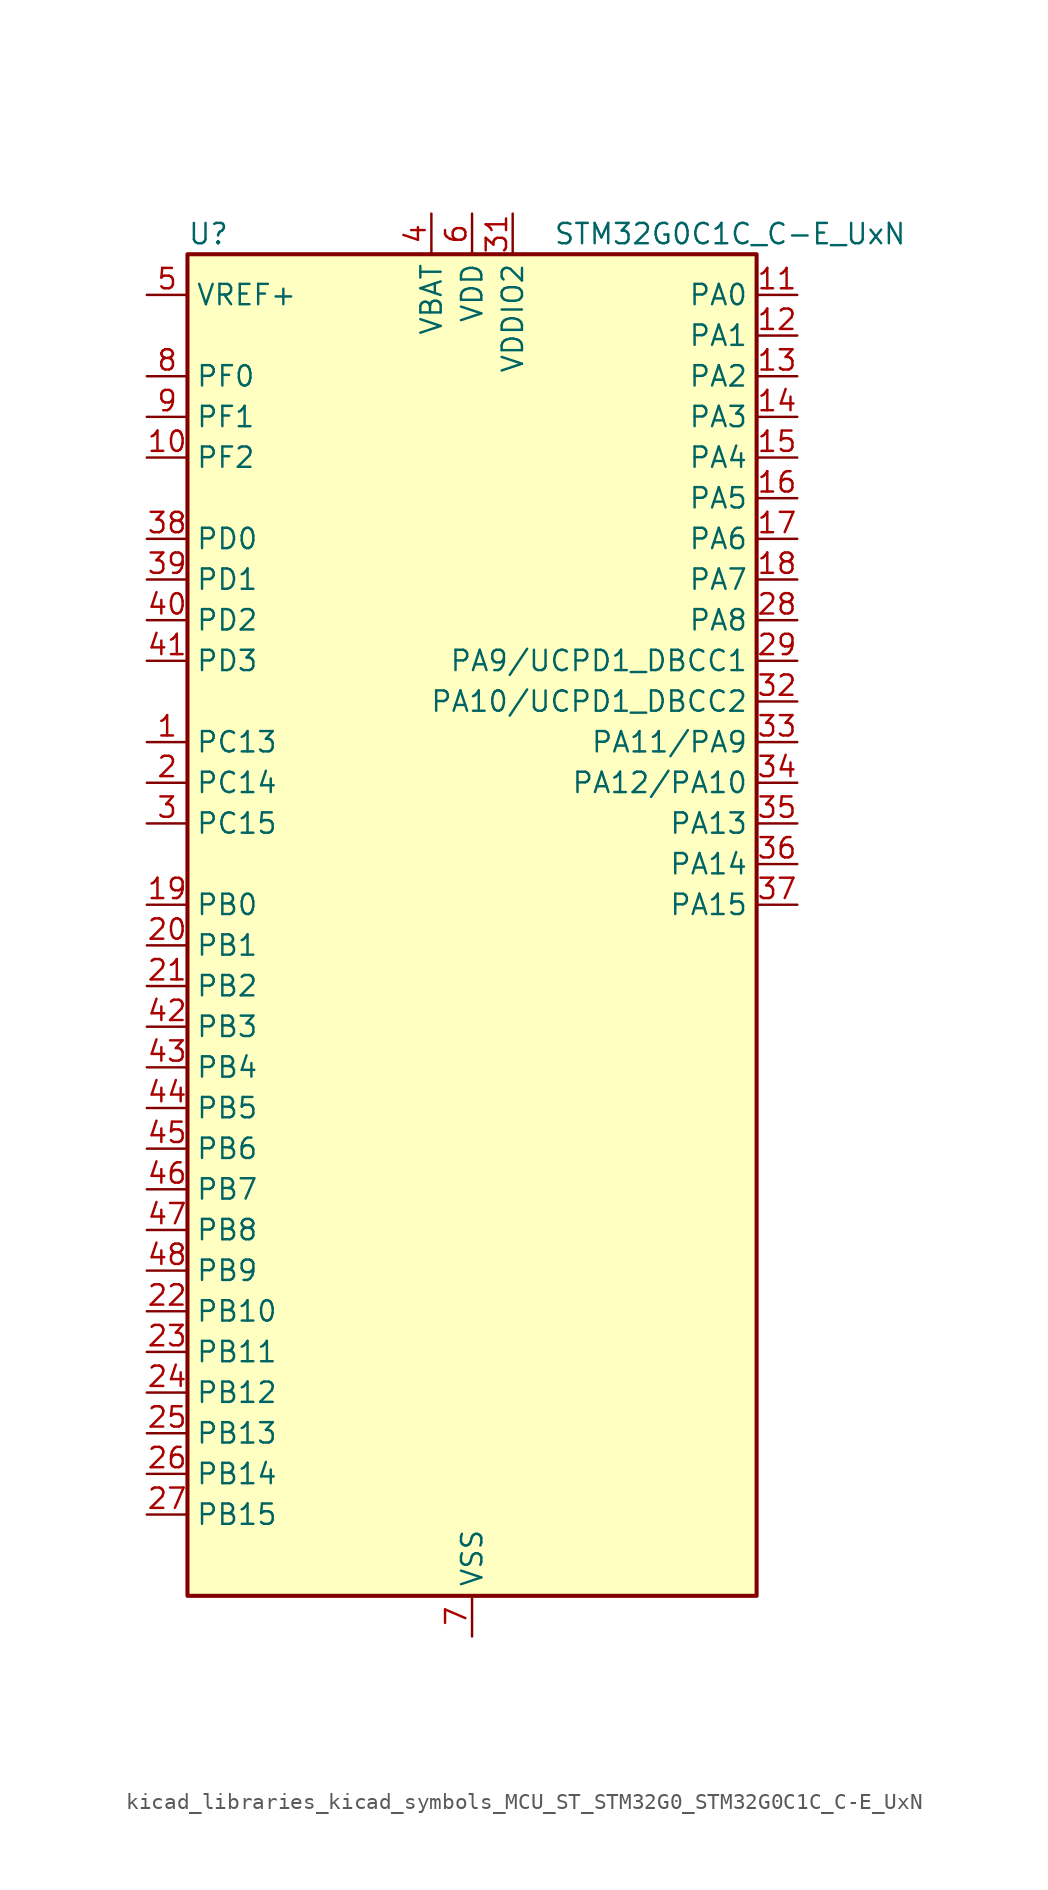
<source format=kicad_sym>
(kicad_symbol_lib
  (version 20220914)
  (generator kicad_symbol_editor)
  (symbol "kicad_libraries_kicad_symbols_MCU_ST_STM32G0_STM32G0C1C_C-E_UxN"
    (property "Reference" "U"
      (at -17.78 44.45 0)
      (effects (font (size 1.27 1.27)) (justify left)))
    (property "Value" "STM32G0C1C_C-E_UxN"
      (at 5.08 44.45 0)
      (effects (font (size 1.27 1.27)) (justify left)))
    (property "ki_locked" ""
      (at 0 0 0)
      (effects (font (size 1.27 1.27))))
    (symbol "kicad_libraries_kicad_symbols_MCU_ST_STM32G0_STM32G0C1C_C-E_UxN_0_1"
      (rectangle (start -17.78 -40.64) (end 17.78 43.18) (stroke (width 0.254) (type default)) (fill (type background))))
    (symbol "kicad_libraries_kicad_symbols_MCU_ST_STM32G0_STM32G0C1C_C-E_UxN_1_1"
      (pin bidirectional line (at -20.32 12.7 0) (length 2.54) (name "PC13" (effects (font (size 1.27 1.27)))) (number "1" (effects (font (size 1.27 1.27)))) (alternate "RTC_OUT1" bidirectional line) (alternate "RTC_TAMP_IN1" bidirectional line) (alternate "RTC_TS" bidirectional line) (alternate "SYS_WKUP2" bidirectional line) (alternate "TIM1_BK" bidirectional line))
      (pin bidirectional line (at -20.32 30.48 0) (length 2.54) (name "PF2" (effects (font (size 1.27 1.27)))) (number "10" (effects (font (size 1.27 1.27)))) (alternate "LPUART2_DE" bidirectional line) (alternate "LPUART2_RTS" bidirectional line) (alternate "LPUART2_TX" bidirectional line) (alternate "RCC_MCO" bidirectional line))
      (pin bidirectional line (at 20.32 40.64 180) (length 2.54) (name "PA0" (effects (font (size 1.27 1.27)))) (number "11" (effects (font (size 1.27 1.27)))) (alternate "ADC1_IN0" bidirectional line) (alternate "COMP1_INM" bidirectional line) (alternate "COMP1_OUT" bidirectional line) (alternate "I2S2_CK" bidirectional line) (alternate "LPTIM1_OUT" bidirectional line) (alternate "RTC_TAMP_IN2" bidirectional line) (alternate "SPI2_SCK" bidirectional line) (alternate "SYS_WKUP1" bidirectional line) (alternate "TIM2_CH1" bidirectional line) (alternate "TIM2_ETR" bidirectional line) (alternate "UCPD2_FRSTX1" bidirectional line) (alternate "UCPD2_FRSTX2" bidirectional line) (alternate "USART2_CTS" bidirectional line) (alternate "USART2_NSS" bidirectional line) (alternate "USART4_TX" bidirectional line))
      (pin bidirectional line (at 20.32 38.1 180) (length 2.54) (name "PA1" (effects (font (size 1.27 1.27)))) (number "12" (effects (font (size 1.27 1.27)))) (alternate "ADC1_IN1" bidirectional line) (alternate "COMP1_INP" bidirectional line) (alternate "I2C1_SMBA" bidirectional line) (alternate "I2S1_CK" bidirectional line) (alternate "SPI1_SCK" bidirectional line) (alternate "TIM15_CH1N" bidirectional line) (alternate "TIM2_CH2" bidirectional line) (alternate "USART2_CK" bidirectional line) (alternate "USART2_DE" bidirectional line) (alternate "USART2_RTS" bidirectional line) (alternate "USART4_RX" bidirectional line))
      (pin bidirectional line (at 20.32 35.56 180) (length 2.54) (name "PA2" (effects (font (size 1.27 1.27)))) (number "13" (effects (font (size 1.27 1.27)))) (alternate "ADC1_IN2" bidirectional line) (alternate "COMP2_INM" bidirectional line) (alternate "COMP2_OUT" bidirectional line) (alternate "I2S1_SD" bidirectional line) (alternate "LPUART1_TX" bidirectional line) (alternate "RCC_LSCO" bidirectional line) (alternate "SPI1_MOSI" bidirectional line) (alternate "SYS_WKUP4" bidirectional line) (alternate "TIM15_CH1" bidirectional line) (alternate "TIM2_CH3" bidirectional line) (alternate "UCPD1_FRSTX1" bidirectional line) (alternate "UCPD1_FRSTX2" bidirectional line) (alternate "USART2_TX" bidirectional line))
      (pin bidirectional line (at 20.32 33.02 180) (length 2.54) (name "PA3" (effects (font (size 1.27 1.27)))) (number "14" (effects (font (size 1.27 1.27)))) (alternate "ADC1_IN3" bidirectional line) (alternate "COMP2_INP" bidirectional line) (alternate "I2S2_MCK" bidirectional line) (alternate "LPUART1_RX" bidirectional line) (alternate "SPI2_MISO" bidirectional line) (alternate "TIM15_CH2" bidirectional line) (alternate "TIM2_CH4" bidirectional line) (alternate "UCPD2_FRSTX1" bidirectional line) (alternate "UCPD2_FRSTX2" bidirectional line) (alternate "USART2_RX" bidirectional line))
      (pin bidirectional line (at 20.32 30.48 180) (length 2.54) (name "PA4" (effects (font (size 1.27 1.27)))) (number "15" (effects (font (size 1.27 1.27)))) (alternate "ADC1_IN4" bidirectional line) (alternate "DAC1_OUT1" bidirectional line) (alternate "I2S1_WS" bidirectional line) (alternate "I2S2_SD" bidirectional line) (alternate "LPTIM2_OUT" bidirectional line) (alternate "RTC_OUT2" bidirectional line) (alternate "SPI1_NSS" bidirectional line) (alternate "SPI2_MOSI" bidirectional line) (alternate "SPI3_NSS" bidirectional line) (alternate "TIM14_CH1" bidirectional line) (alternate "UCPD2_FRSTX1" bidirectional line) (alternate "UCPD2_FRSTX2" bidirectional line) (alternate "USART6_TX" bidirectional line) (alternate "USB_NOE" bidirectional line))
      (pin bidirectional line (at 20.32 27.94 180) (length 2.54) (name "PA5" (effects (font (size 1.27 1.27)))) (number "16" (effects (font (size 1.27 1.27)))) (alternate "ADC1_IN5" bidirectional line) (alternate "CEC" bidirectional line) (alternate "DAC1_OUT2" bidirectional line) (alternate "I2S1_CK" bidirectional line) (alternate "LPTIM2_ETR" bidirectional line) (alternate "SPI1_SCK" bidirectional line) (alternate "TIM2_CH1" bidirectional line) (alternate "TIM2_ETR" bidirectional line) (alternate "UCPD1_FRSTX1" bidirectional line) (alternate "UCPD1_FRSTX2" bidirectional line) (alternate "USART3_TX" bidirectional line) (alternate "USART6_RX" bidirectional line))
      (pin bidirectional line (at 20.32 25.4 180) (length 2.54) (name "PA6" (effects (font (size 1.27 1.27)))) (number "17" (effects (font (size 1.27 1.27)))) (alternate "ADC1_IN6" bidirectional line) (alternate "COMP1_OUT" bidirectional line) (alternate "I2C2_SDA" bidirectional line) (alternate "I2C3_SDA" bidirectional line) (alternate "I2S1_MCK" bidirectional line) (alternate "LPUART1_CTS" bidirectional line) (alternate "SPI1_MISO" bidirectional line) (alternate "TIM16_CH1" bidirectional line) (alternate "TIM1_BK" bidirectional line) (alternate "TIM3_CH1" bidirectional line) (alternate "USART3_CTS" bidirectional line) (alternate "USART3_NSS" bidirectional line) (alternate "USART6_CTS" bidirectional line) (alternate "USART6_NSS" bidirectional line))
      (pin bidirectional line (at 20.32 22.86 180) (length 2.54) (name "PA7" (effects (font (size 1.27 1.27)))) (number "18" (effects (font (size 1.27 1.27)))) (alternate "ADC1_IN7" bidirectional line) (alternate "COMP2_OUT" bidirectional line) (alternate "I2C2_SCL" bidirectional line) (alternate "I2C3_SCL" bidirectional line) (alternate "I2S1_SD" bidirectional line) (alternate "SPI1_MOSI" bidirectional line) (alternate "TIM14_CH1" bidirectional line) (alternate "TIM17_CH1" bidirectional line) (alternate "TIM1_CH1N" bidirectional line) (alternate "TIM3_CH2" bidirectional line) (alternate "UCPD1_FRSTX1" bidirectional line) (alternate "UCPD1_FRSTX2" bidirectional line) (alternate "USART6_CK" bidirectional line) (alternate "USART6_DE" bidirectional line) (alternate "USART6_RTS" bidirectional line))
      (pin bidirectional line (at -20.32 2.54 0) (length 2.54) (name "PB0" (effects (font (size 1.27 1.27)))) (number "19" (effects (font (size 1.27 1.27)))) (alternate "ADC1_IN8" bidirectional line) (alternate "COMP1_OUT" bidirectional line) (alternate "COMP3_INP" bidirectional line) (alternate "FDCAN2_RX" bidirectional line) (alternate "I2S1_WS" bidirectional line) (alternate "LPTIM1_OUT" bidirectional line) (alternate "LPUART2_CTS" bidirectional line) (alternate "SPI1_NSS" bidirectional line) (alternate "TIM1_CH2N" bidirectional line) (alternate "TIM3_CH3" bidirectional line) (alternate "UCPD1_FRSTX1" bidirectional line) (alternate "UCPD1_FRSTX2" bidirectional line) (alternate "USART3_RX" bidirectional line) (alternate "USART5_TX" bidirectional line))
      (pin bidirectional line (at -20.32 10.16 0) (length 2.54) (name "PC14" (effects (font (size 1.27 1.27)))) (number "2" (effects (font (size 1.27 1.27)))) (alternate "RCC_OSC32_IN" bidirectional line) (alternate "TIM1_BK2" bidirectional line))
      (pin bidirectional line (at -20.32 0 0) (length 2.54) (name "PB1" (effects (font (size 1.27 1.27)))) (number "20" (effects (font (size 1.27 1.27)))) (alternate "ADC1_IN9" bidirectional line) (alternate "COMP1_INM" bidirectional line) (alternate "COMP3_OUT" bidirectional line) (alternate "FDCAN2_TX" bidirectional line) (alternate "LPTIM2_IN1" bidirectional line) (alternate "LPUART1_DE" bidirectional line) (alternate "LPUART1_RTS" bidirectional line) (alternate "LPUART2_DE" bidirectional line) (alternate "LPUART2_RTS" bidirectional line) (alternate "TIM14_CH1" bidirectional line) (alternate "TIM1_CH3N" bidirectional line) (alternate "TIM3_CH4" bidirectional line) (alternate "USART3_CK" bidirectional line) (alternate "USART3_DE" bidirectional line) (alternate "USART3_RTS" bidirectional line) (alternate "USART5_RX" bidirectional line))
      (pin bidirectional line (at -20.32 -2.54 0) (length 2.54) (name "PB2" (effects (font (size 1.27 1.27)))) (number "21" (effects (font (size 1.27 1.27)))) (alternate "ADC1_IN10" bidirectional line) (alternate "COMP1_INP" bidirectional line) (alternate "COMP3_INM" bidirectional line) (alternate "I2S2_MCK" bidirectional line) (alternate "LPTIM1_OUT" bidirectional line) (alternate "RCC_MCO_2" bidirectional line) (alternate "SPI2_MISO" bidirectional line) (alternate "USART3_TX" bidirectional line))
      (pin bidirectional line (at -20.32 -22.86 0) (length 2.54) (name "PB10" (effects (font (size 1.27 1.27)))) (number "22" (effects (font (size 1.27 1.27)))) (alternate "ADC1_IN11" bidirectional line) (alternate "CEC" bidirectional line) (alternate "COMP1_OUT" bidirectional line) (alternate "I2C2_SCL" bidirectional line) (alternate "I2S2_CK" bidirectional line) (alternate "LPUART1_RX" bidirectional line) (alternate "SPI2_SCK" bidirectional line) (alternate "TIM2_CH3" bidirectional line) (alternate "USART3_TX" bidirectional line))
      (pin bidirectional line (at -20.32 -25.4 0) (length 2.54) (name "PB11" (effects (font (size 1.27 1.27)))) (number "23" (effects (font (size 1.27 1.27)))) (alternate "ADC1_EXTI11" bidirectional line) (alternate "ADC1_IN15" bidirectional line) (alternate "COMP2_OUT" bidirectional line) (alternate "I2C2_SDA" bidirectional line) (alternate "I2S2_SD" bidirectional line) (alternate "LPUART1_TX" bidirectional line) (alternate "SPI2_MOSI" bidirectional line) (alternate "TIM2_CH4" bidirectional line) (alternate "USART3_RX" bidirectional line))
      (pin bidirectional line (at -20.32 -27.94 0) (length 2.54) (name "PB12" (effects (font (size 1.27 1.27)))) (number "24" (effects (font (size 1.27 1.27)))) (alternate "ADC1_IN16" bidirectional line) (alternate "FDCAN2_RX" bidirectional line) (alternate "I2C2_SMBA" bidirectional line) (alternate "I2S2_WS" bidirectional line) (alternate "LPUART1_DE" bidirectional line) (alternate "LPUART1_RTS" bidirectional line) (alternate "SPI2_NSS" bidirectional line) (alternate "TIM15_BK" bidirectional line) (alternate "TIM1_BK" bidirectional line) (alternate "UCPD2_FRSTX1" bidirectional line) (alternate "UCPD2_FRSTX2" bidirectional line))
      (pin bidirectional line (at -20.32 -30.48 0) (length 2.54) (name "PB13" (effects (font (size 1.27 1.27)))) (number "25" (effects (font (size 1.27 1.27)))) (alternate "FDCAN2_TX" bidirectional line) (alternate "I2C2_SCL" bidirectional line) (alternate "I2S2_CK" bidirectional line) (alternate "LPUART1_CTS" bidirectional line) (alternate "SPI2_SCK" bidirectional line) (alternate "TIM15_CH1N" bidirectional line) (alternate "TIM1_CH1N" bidirectional line) (alternate "USART3_CTS" bidirectional line) (alternate "USART3_NSS" bidirectional line))
      (pin bidirectional line (at -20.32 -33.02 0) (length 2.54) (name "PB14" (effects (font (size 1.27 1.27)))) (number "26" (effects (font (size 1.27 1.27)))) (alternate "I2C2_SDA" bidirectional line) (alternate "I2S2_MCK" bidirectional line) (alternate "SPI2_MISO" bidirectional line) (alternate "TIM15_CH1" bidirectional line) (alternate "TIM1_CH2N" bidirectional line) (alternate "UCPD1_FRSTX1" bidirectional line) (alternate "UCPD1_FRSTX2" bidirectional line) (alternate "USART3_CK" bidirectional line) (alternate "USART3_DE" bidirectional line) (alternate "USART3_RTS" bidirectional line) (alternate "USART6_CK" bidirectional line) (alternate "USART6_DE" bidirectional line) (alternate "USART6_RTS" bidirectional line))
      (pin bidirectional line (at -20.32 -35.56 0) (length 2.54) (name "PB15" (effects (font (size 1.27 1.27)))) (number "27" (effects (font (size 1.27 1.27)))) (alternate "I2S2_SD" bidirectional line) (alternate "RTC_REFIN" bidirectional line) (alternate "SPI2_MOSI" bidirectional line) (alternate "TIM15_CH1N" bidirectional line) (alternate "TIM15_CH2" bidirectional line) (alternate "TIM1_CH3N" bidirectional line) (alternate "UCPD1_CC2" bidirectional line) (alternate "USART6_CTS" bidirectional line) (alternate "USART6_NSS" bidirectional line))
      (pin bidirectional line (at 20.32 20.32 180) (length 2.54) (name "PA8" (effects (font (size 1.27 1.27)))) (number "28" (effects (font (size 1.27 1.27)))) (alternate "CRS1_SYNC" bidirectional line) (alternate "I2C2_SMBA" bidirectional line) (alternate "I2S2_WS" bidirectional line) (alternate "LPTIM2_OUT" bidirectional line) (alternate "RCC_MCO" bidirectional line) (alternate "SPI2_NSS" bidirectional line) (alternate "TIM1_CH1" bidirectional line) (alternate "UCPD1_CC1" bidirectional line))
      (pin bidirectional line (at 20.32 17.78 180) (length 2.54) (name "PA9/UCPD1_DBCC1" (effects (font (size 1.27 1.27)))) (number "29" (effects (font (size 1.27 1.27)))) (alternate "DAC1_EXTI9" bidirectional line) (alternate "I2C1_SCL" bidirectional line) (alternate "I2C2_SCL" bidirectional line) (alternate "I2S2_MCK" bidirectional line) (alternate "RCC_MCO" bidirectional line) (alternate "SPI2_MISO" bidirectional line) (alternate "TIM15_BK" bidirectional line) (alternate "TIM1_CH2" bidirectional line) (alternate "UCPD1_DBCC1" bidirectional line) (alternate "USART1_TX" bidirectional line))
      (pin bidirectional line (at -20.32 7.62 0) (length 2.54) (name "PC15" (effects (font (size 1.27 1.27)))) (number "3" (effects (font (size 1.27 1.27)))) (alternate "RCC_OSC32_EN" bidirectional line) (alternate "RCC_OSC32_OUT" bidirectional line) (alternate "RCC_OSC_EN" bidirectional line) (alternate "TIM15_BK" bidirectional line))
      (pin passive line (at 0 -43.18 90) (length 2.54) hide (name "VSS" (effects (font (size 1.27 1.27)))) (number "30" (effects (font (size 1.27 1.27)))))
      (pin power_in line (at 2.54 45.72 270) (length 2.54) (name "VDDIO2" (effects (font (size 1.27 1.27)))) (number "31" (effects (font (size 1.27 1.27)))))
      (pin bidirectional line (at 20.32 15.24 180) (length 2.54) (name "PA10/UCPD1_DBCC2" (effects (font (size 1.27 1.27)))) (number "32" (effects (font (size 1.27 1.27)))) (alternate "I2C1_SDA" bidirectional line) (alternate "I2C2_SDA" bidirectional line) (alternate "I2S2_SD" bidirectional line) (alternate "RCC_MCO_2" bidirectional line) (alternate "SPI2_MOSI" bidirectional line) (alternate "TIM17_BK" bidirectional line) (alternate "TIM1_CH3" bidirectional line) (alternate "UCPD1_DBCC2" bidirectional line) (alternate "USART1_RX" bidirectional line))
      (pin bidirectional line (at 20.32 12.7 180) (length 2.54) (name "PA11/PA9" (effects (font (size 1.27 1.27)))) (number "33" (effects (font (size 1.27 1.27)))) (alternate "ADC1_EXTI11" bidirectional line) (alternate "COMP1_OUT" bidirectional line) (alternate "FDCAN1_RX" bidirectional line) (alternate "I2C2_SCL" bidirectional line) (alternate "I2S1_MCK" bidirectional line) (alternate "SPI1_MISO" bidirectional line) (alternate "TIM1_BK2" bidirectional line) (alternate "TIM1_CH4" bidirectional line) (alternate "USART1_CTS" bidirectional line) (alternate "USART1_NSS" bidirectional line) (alternate "USB_DM" bidirectional line))
      (pin bidirectional line (at 20.32 10.16 180) (length 2.54) (name "PA12/PA10" (effects (font (size 1.27 1.27)))) (number "34" (effects (font (size 1.27 1.27)))) (alternate "COMP2_OUT" bidirectional line) (alternate "FDCAN1_TX" bidirectional line) (alternate "I2C2_SDA" bidirectional line) (alternate "I2S1_SD" bidirectional line) (alternate "I2S_CKIN" bidirectional line) (alternate "SPI1_MOSI" bidirectional line) (alternate "TIM1_ETR" bidirectional line) (alternate "USART1_CK" bidirectional line) (alternate "USART1_DE" bidirectional line) (alternate "USART1_RTS" bidirectional line) (alternate "USB_DP" bidirectional line))
      (pin bidirectional line (at 20.32 7.62 180) (length 2.54) (name "PA13" (effects (font (size 1.27 1.27)))) (number "35" (effects (font (size 1.27 1.27)))) (alternate "IR_OUT" bidirectional line) (alternate "LPUART2_RX" bidirectional line) (alternate "SYS_SWDIO" bidirectional line) (alternate "USB_NOE" bidirectional line))
      (pin bidirectional line (at 20.32 5.08 180) (length 2.54) (name "PA14" (effects (font (size 1.27 1.27)))) (number "36" (effects (font (size 1.27 1.27)))) (alternate "LPUART2_TX" bidirectional line) (alternate "SYS_SWCLK" bidirectional line) (alternate "USART2_TX" bidirectional line))
      (pin bidirectional line (at 20.32 2.54 180) (length 2.54) (name "PA15" (effects (font (size 1.27 1.27)))) (number "37" (effects (font (size 1.27 1.27)))) (alternate "I2C2_SMBA" bidirectional line) (alternate "I2S1_WS" bidirectional line) (alternate "RCC_MCO_2" bidirectional line) (alternate "SPI1_NSS" bidirectional line) (alternate "SPI3_NSS" bidirectional line) (alternate "TIM2_CH1" bidirectional line) (alternate "TIM2_ETR" bidirectional line) (alternate "USART2_RX" bidirectional line) (alternate "USART3_CK" bidirectional line) (alternate "USART3_DE" bidirectional line) (alternate "USART3_RTS" bidirectional line) (alternate "USART4_CK" bidirectional line) (alternate "USART4_DE" bidirectional line) (alternate "USART4_RTS" bidirectional line) (alternate "USB_NOE" bidirectional line))
      (pin bidirectional line (at -20.32 25.4 0) (length 2.54) (name "PD0" (effects (font (size 1.27 1.27)))) (number "38" (effects (font (size 1.27 1.27)))) (alternate "FDCAN1_RX" bidirectional line) (alternate "I2S2_WS" bidirectional line) (alternate "SPI2_NSS" bidirectional line) (alternate "TIM16_CH1" bidirectional line) (alternate "UCPD2_CC1" bidirectional line))
      (pin bidirectional line (at -20.32 22.86 0) (length 2.54) (name "PD1" (effects (font (size 1.27 1.27)))) (number "39" (effects (font (size 1.27 1.27)))) (alternate "FDCAN1_TX" bidirectional line) (alternate "I2S2_CK" bidirectional line) (alternate "SPI2_SCK" bidirectional line) (alternate "TIM17_CH1" bidirectional line) (alternate "UCPD2_DBCC1" bidirectional line))
      (pin power_in line (at -2.54 45.72 270) (length 2.54) (name "VBAT" (effects (font (size 1.27 1.27)))) (number "4" (effects (font (size 1.27 1.27)))))
      (pin bidirectional line (at -20.32 20.32 0) (length 2.54) (name "PD2" (effects (font (size 1.27 1.27)))) (number "40" (effects (font (size 1.27 1.27)))) (alternate "TIM1_CH1N" bidirectional line) (alternate "TIM3_ETR" bidirectional line) (alternate "UCPD2_CC2" bidirectional line) (alternate "USART3_CK" bidirectional line) (alternate "USART3_DE" bidirectional line) (alternate "USART3_RTS" bidirectional line) (alternate "USART5_RX" bidirectional line))
      (pin bidirectional line (at -20.32 17.78 0) (length 2.54) (name "PD3" (effects (font (size 1.27 1.27)))) (number "41" (effects (font (size 1.27 1.27)))) (alternate "I2S2_MCK" bidirectional line) (alternate "SPI2_MISO" bidirectional line) (alternate "TIM1_CH2N" bidirectional line) (alternate "UCPD2_DBCC2" bidirectional line) (alternate "USART2_CTS" bidirectional line) (alternate "USART2_NSS" bidirectional line) (alternate "USART5_TX" bidirectional line))
      (pin bidirectional line (at -20.32 -5.08 0) (length 2.54) (name "PB3" (effects (font (size 1.27 1.27)))) (number "42" (effects (font (size 1.27 1.27)))) (alternate "COMP2_INM" bidirectional line) (alternate "I2C2_SCL" bidirectional line) (alternate "I2C3_SCL" bidirectional line) (alternate "I2S1_CK" bidirectional line) (alternate "SPI1_SCK" bidirectional line) (alternate "SPI3_SCK" bidirectional line) (alternate "TIM1_CH2" bidirectional line) (alternate "TIM2_CH2" bidirectional line) (alternate "USART1_CK" bidirectional line) (alternate "USART1_DE" bidirectional line) (alternate "USART1_RTS" bidirectional line) (alternate "USART5_TX" bidirectional line))
      (pin bidirectional line (at -20.32 -7.62 0) (length 2.54) (name "PB4" (effects (font (size 1.27 1.27)))) (number "43" (effects (font (size 1.27 1.27)))) (alternate "COMP2_INP" bidirectional line) (alternate "I2C2_SDA" bidirectional line) (alternate "I2C3_SDA" bidirectional line) (alternate "I2S1_MCK" bidirectional line) (alternate "SPI1_MISO" bidirectional line) (alternate "SPI3_MISO" bidirectional line) (alternate "TIM17_BK" bidirectional line) (alternate "TIM3_CH1" bidirectional line) (alternate "USART1_CTS" bidirectional line) (alternate "USART1_NSS" bidirectional line) (alternate "USART5_RX" bidirectional line))
      (pin bidirectional line (at -20.32 -10.16 0) (length 2.54) (name "PB5" (effects (font (size 1.27 1.27)))) (number "44" (effects (font (size 1.27 1.27)))) (alternate "COMP2_OUT" bidirectional line) (alternate "FDCAN2_RX" bidirectional line) (alternate "I2C1_SMBA" bidirectional line) (alternate "I2S1_SD" bidirectional line) (alternate "LPTIM1_IN1" bidirectional line) (alternate "SPI1_MOSI" bidirectional line) (alternate "SPI3_MOSI" bidirectional line) (alternate "SYS_WKUP6" bidirectional line) (alternate "TIM16_BK" bidirectional line) (alternate "TIM3_CH2" bidirectional line) (alternate "USART5_CK" bidirectional line) (alternate "USART5_DE" bidirectional line) (alternate "USART5_RTS" bidirectional line))
      (pin bidirectional line (at -20.32 -12.7 0) (length 2.54) (name "PB6" (effects (font (size 1.27 1.27)))) (number "45" (effects (font (size 1.27 1.27)))) (alternate "COMP2_INP" bidirectional line) (alternate "FDCAN2_TX" bidirectional line) (alternate "I2C1_SCL" bidirectional line) (alternate "I2S2_MCK" bidirectional line) (alternate "LPTIM1_ETR" bidirectional line) (alternate "LPUART2_TX" bidirectional line) (alternate "SPI2_MISO" bidirectional line) (alternate "TIM16_CH1N" bidirectional line) (alternate "TIM1_CH3" bidirectional line) (alternate "TIM4_CH1" bidirectional line) (alternate "USART1_TX" bidirectional line) (alternate "USART5_CTS" bidirectional line) (alternate "USART5_NSS" bidirectional line))
      (pin bidirectional line (at -20.32 -15.24 0) (length 2.54) (name "PB7" (effects (font (size 1.27 1.27)))) (number "46" (effects (font (size 1.27 1.27)))) (alternate "COMP2_INM" bidirectional line) (alternate "I2C1_SDA" bidirectional line) (alternate "I2S2_SD" bidirectional line) (alternate "LPTIM1_IN2" bidirectional line) (alternate "LPUART2_RX" bidirectional line) (alternate "SPI2_MOSI" bidirectional line) (alternate "SYS_PVD_IN" bidirectional line) (alternate "TIM17_CH1N" bidirectional line) (alternate "TIM4_CH2" bidirectional line) (alternate "USART1_RX" bidirectional line) (alternate "USART4_CTS" bidirectional line) (alternate "USART4_NSS" bidirectional line))
      (pin bidirectional line (at -20.32 -17.78 0) (length 2.54) (name "PB8" (effects (font (size 1.27 1.27)))) (number "47" (effects (font (size 1.27 1.27)))) (alternate "CEC" bidirectional line) (alternate "FDCAN1_RX" bidirectional line) (alternate "I2C1_SCL" bidirectional line) (alternate "I2S2_CK" bidirectional line) (alternate "SPI2_SCK" bidirectional line) (alternate "TIM15_BK" bidirectional line) (alternate "TIM16_CH1" bidirectional line) (alternate "TIM4_CH3" bidirectional line) (alternate "USART3_TX" bidirectional line) (alternate "USART6_TX" bidirectional line))
      (pin bidirectional line (at -20.32 -20.32 0) (length 2.54) (name "PB9" (effects (font (size 1.27 1.27)))) (number "48" (effects (font (size 1.27 1.27)))) (alternate "DAC1_EXTI9" bidirectional line) (alternate "FDCAN1_TX" bidirectional line) (alternate "I2C1_SDA" bidirectional line) (alternate "I2S2_WS" bidirectional line) (alternate "IR_OUT" bidirectional line) (alternate "SPI2_NSS" bidirectional line) (alternate "TIM17_CH1" bidirectional line) (alternate "TIM4_CH4" bidirectional line) (alternate "UCPD2_FRSTX1" bidirectional line) (alternate "UCPD2_FRSTX2" bidirectional line) (alternate "USART3_RX" bidirectional line) (alternate "USART6_RX" bidirectional line))
      (pin passive line (at 0 -43.18 90) (length 2.54) hide (name "VSS" (effects (font (size 1.27 1.27)))) (number "49" (effects (font (size 1.27 1.27)))))
      (pin input line (at -20.32 40.64 0) (length 2.54) (name "VREF+" (effects (font (size 1.27 1.27)))) (number "5" (effects (font (size 1.27 1.27)))) (alternate "VREFBUF_OUT" bidirectional line))
      (pin power_in line (at 0 45.72 270) (length 2.54) (name "VDD" (effects (font (size 1.27 1.27)))) (number "6" (effects (font (size 1.27 1.27)))))
      (pin power_in line (at 0 -43.18 90) (length 2.54) (name "VSS" (effects (font (size 1.27 1.27)))) (number "7" (effects (font (size 1.27 1.27)))))
      (pin bidirectional line (at -20.32 35.56 0) (length 2.54) (name "PF0" (effects (font (size 1.27 1.27)))) (number "8" (effects (font (size 1.27 1.27)))) (alternate "CRS1_SYNC" bidirectional line) (alternate "RCC_OSC_IN" bidirectional line) (alternate "TIM14_CH1" bidirectional line))
      (pin bidirectional line (at -20.32 33.02 0) (length 2.54) (name "PF1" (effects (font (size 1.27 1.27)))) (number "9" (effects (font (size 1.27 1.27)))) (alternate "RCC_OSC_EN" bidirectional line) (alternate "RCC_OSC_OUT" bidirectional line) (alternate "TIM15_CH1N" bidirectional line)))))
</source>
